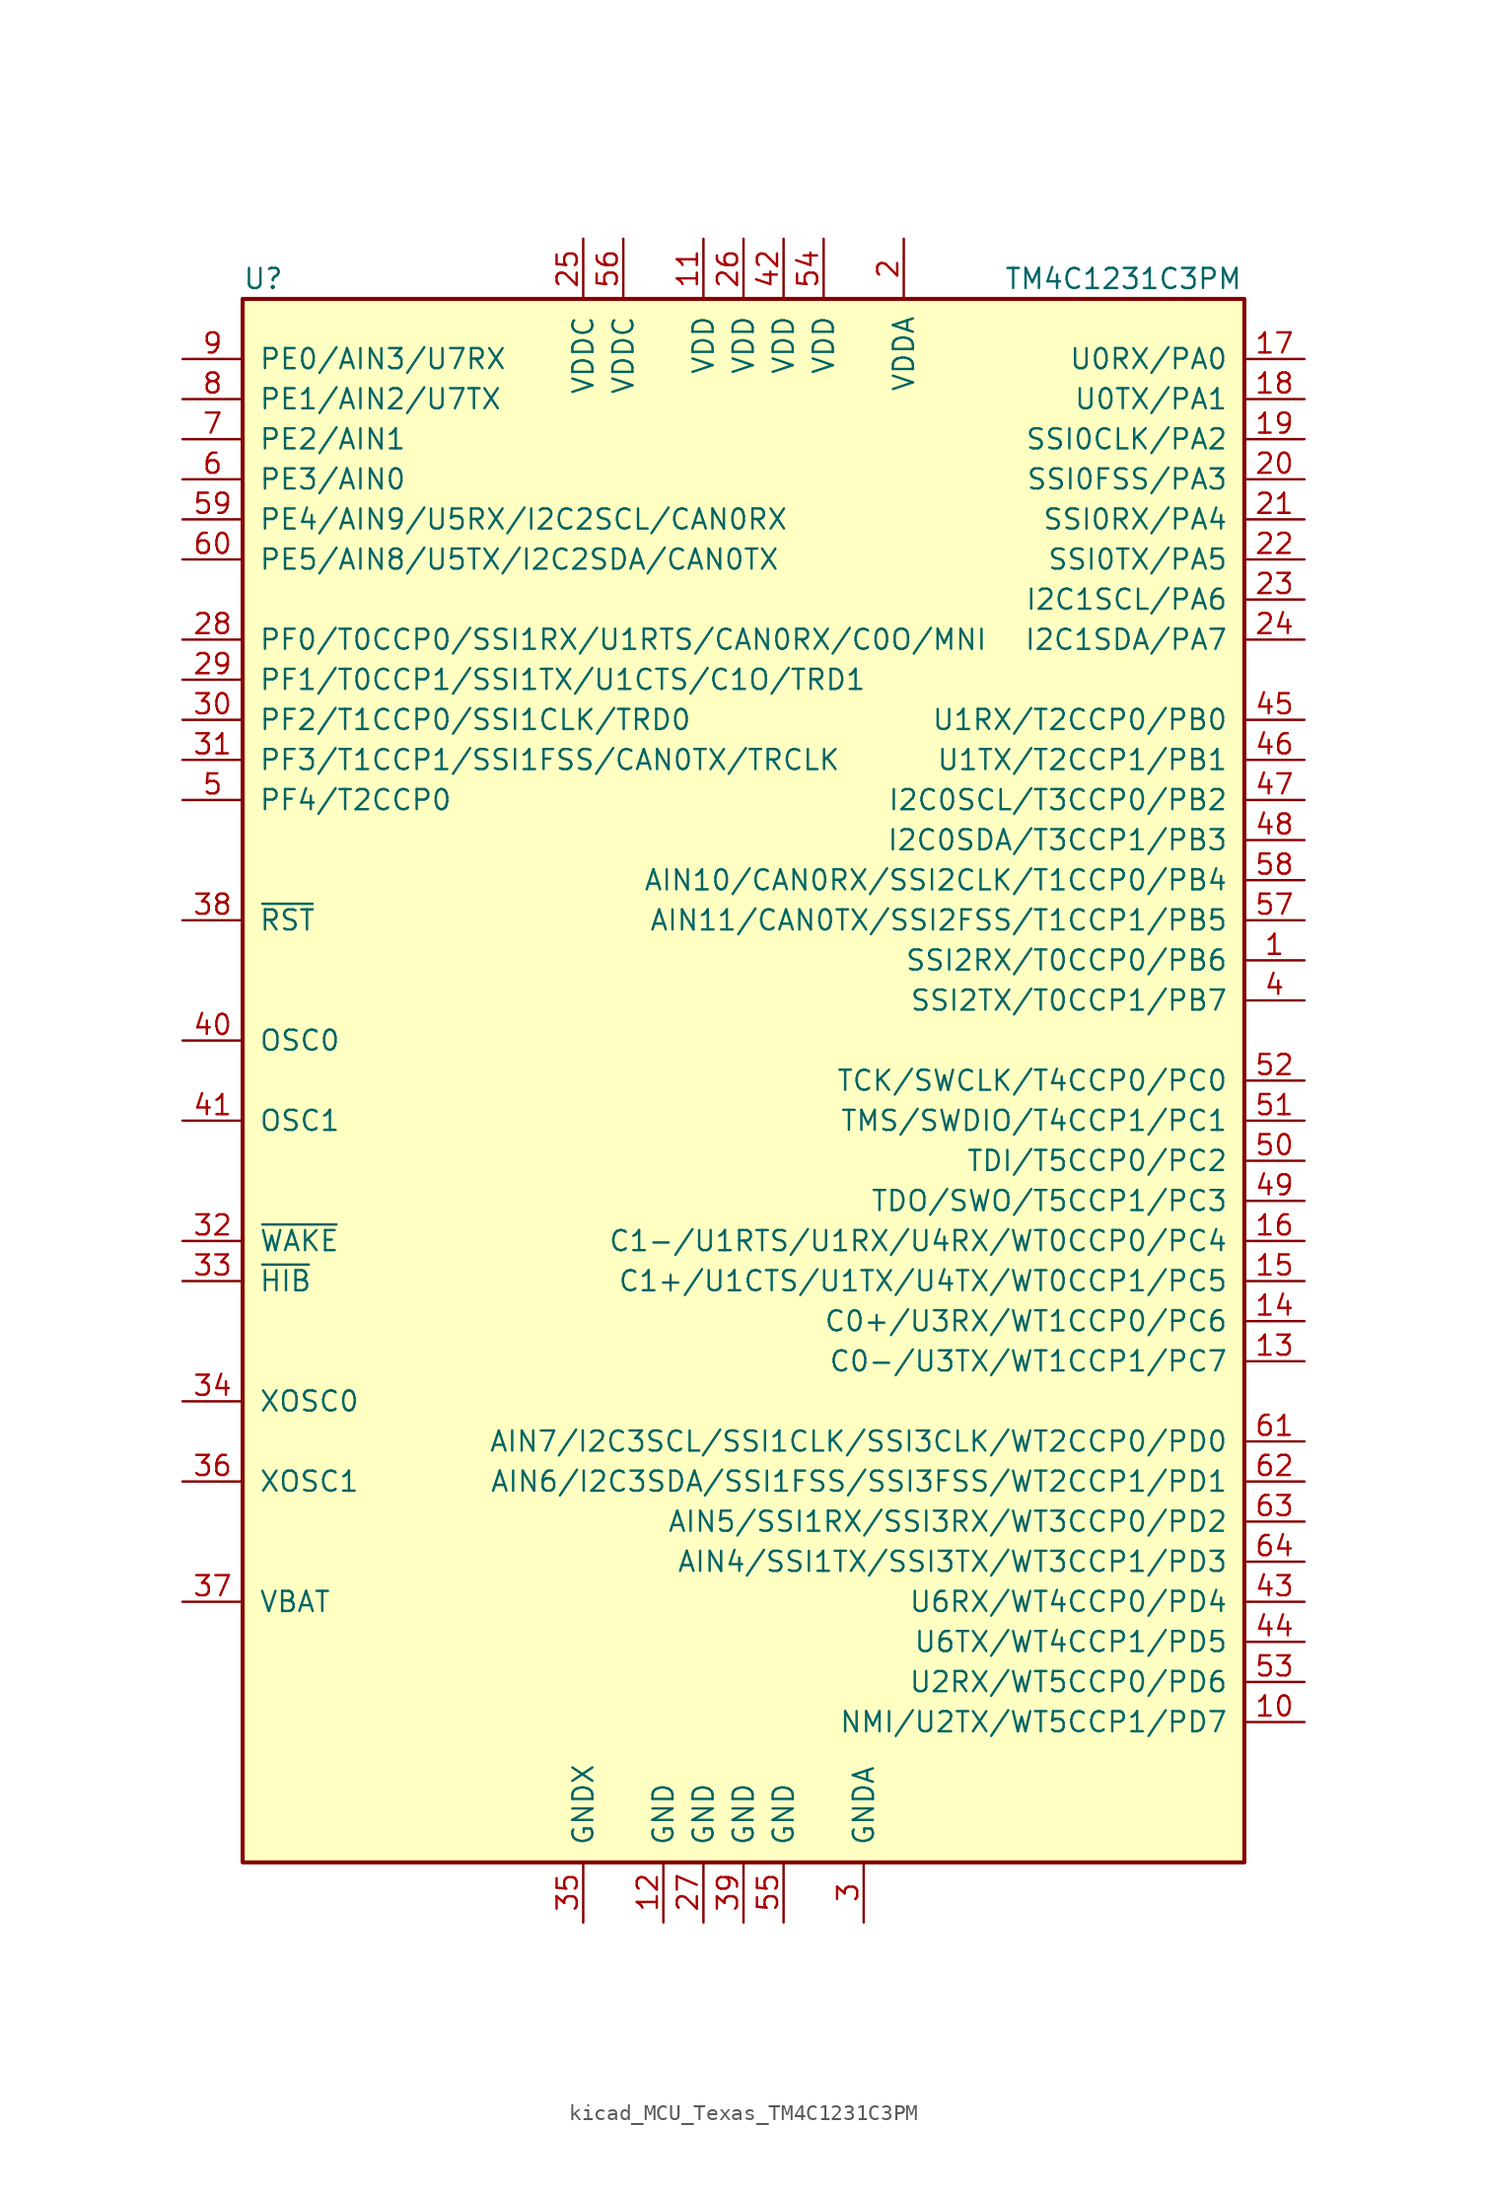
<source format=kicad_sym>
(kicad_symbol_lib
  (version 20220914)
  (generator kicad_symbol_editor)
  (symbol "kicad_MCU_Texas_TM4C1231C3PM"
    (pin_names
      (offset 1.016))
    (property "Reference" "U"
      (at -31.75 50.8 0)
      (effects (font (size 1.27 1.27)) (justify left)))
    (property "Value" "TM4C1231C3PM"
      (at 16.51 50.8 0)
      (effects (font (size 1.27 1.27)) (justify left)))
    (symbol "kicad_MCU_Texas_TM4C1231C3PM_0_1"
      (rectangle (start -31.75 49.53) (end 31.75 -49.53) (stroke (width 0.254) (type default)) (fill (type background))))
    (symbol "kicad_MCU_Texas_TM4C1231C3PM_1_1"
      (pin bidirectional line (at 35.56 7.62 180) (length 3.81) (name "SSI2RX/T0CCP0/PB6" (effects (font (size 1.27 1.27)))) (number "1" (effects (font (size 1.27 1.27)))))
      (pin bidirectional line (at 35.56 -40.64 180) (length 3.81) (name "NMI/U2TX/WT5CCP1/PD7" (effects (font (size 1.27 1.27)))) (number "10" (effects (font (size 1.27 1.27)))))
      (pin power_in line (at -2.54 53.34 270) (length 3.81) (name "VDD" (effects (font (size 1.27 1.27)))) (number "11" (effects (font (size 1.27 1.27)))))
      (pin power_in line (at -5.08 -53.34 90) (length 3.81) (name "GND" (effects (font (size 1.27 1.27)))) (number "12" (effects (font (size 1.27 1.27)))))
      (pin bidirectional line (at 35.56 -17.78 180) (length 3.81) (name "C0-/U3TX/WT1CCP1/PC7" (effects (font (size 1.27 1.27)))) (number "13" (effects (font (size 1.27 1.27)))))
      (pin bidirectional line (at 35.56 -15.24 180) (length 3.81) (name "C0+/U3RX/WT1CCP0/PC6" (effects (font (size 1.27 1.27)))) (number "14" (effects (font (size 1.27 1.27)))))
      (pin bidirectional line (at 35.56 -12.7 180) (length 3.81) (name "C1+/U1CTS/U1TX/U4TX/WT0CCP1/PC5" (effects (font (size 1.27 1.27)))) (number "15" (effects (font (size 1.27 1.27)))))
      (pin bidirectional line (at 35.56 -10.16 180) (length 3.81) (name "C1-/U1RTS/U1RX/U4RX/WT0CCP0/PC4" (effects (font (size 1.27 1.27)))) (number "16" (effects (font (size 1.27 1.27)))))
      (pin bidirectional line (at 35.56 45.72 180) (length 3.81) (name "U0RX/PA0" (effects (font (size 1.27 1.27)))) (number "17" (effects (font (size 1.27 1.27)))))
      (pin bidirectional line (at 35.56 43.18 180) (length 3.81) (name "U0TX/PA1" (effects (font (size 1.27 1.27)))) (number "18" (effects (font (size 1.27 1.27)))))
      (pin bidirectional line (at 35.56 40.64 180) (length 3.81) (name "SSI0CLK/PA2" (effects (font (size 1.27 1.27)))) (number "19" (effects (font (size 1.27 1.27)))))
      (pin power_in line (at 10.16 53.34 270) (length 3.81) (name "VDDA" (effects (font (size 1.27 1.27)))) (number "2" (effects (font (size 1.27 1.27)))))
      (pin bidirectional line (at 35.56 38.1 180) (length 3.81) (name "SSI0FSS/PA3" (effects (font (size 1.27 1.27)))) (number "20" (effects (font (size 1.27 1.27)))))
      (pin bidirectional line (at 35.56 35.56 180) (length 3.81) (name "SSI0RX/PA4" (effects (font (size 1.27 1.27)))) (number "21" (effects (font (size 1.27 1.27)))))
      (pin bidirectional line (at 35.56 33.02 180) (length 3.81) (name "SSI0TX/PA5" (effects (font (size 1.27 1.27)))) (number "22" (effects (font (size 1.27 1.27)))))
      (pin bidirectional line (at 35.56 30.48 180) (length 3.81) (name "I2C1SCL/PA6" (effects (font (size 1.27 1.27)))) (number "23" (effects (font (size 1.27 1.27)))))
      (pin bidirectional line (at 35.56 27.94 180) (length 3.81) (name "I2C1SDA/PA7" (effects (font (size 1.27 1.27)))) (number "24" (effects (font (size 1.27 1.27)))))
      (pin power_in line (at -10.16 53.34 270) (length 3.81) (name "VDDC" (effects (font (size 1.27 1.27)))) (number "25" (effects (font (size 1.27 1.27)))))
      (pin power_in line (at 0 53.34 270) (length 3.81) (name "VDD" (effects (font (size 1.27 1.27)))) (number "26" (effects (font (size 1.27 1.27)))))
      (pin power_in line (at -2.54 -53.34 90) (length 3.81) (name "GND" (effects (font (size 1.27 1.27)))) (number "27" (effects (font (size 1.27 1.27)))))
      (pin bidirectional line (at -35.56 27.94 0) (length 3.81) (name "PF0/T0CCP0/SSI1RX/U1RTS/CAN0RX/C0O/MNI" (effects (font (size 1.27 1.27)))) (number "28" (effects (font (size 1.27 1.27)))))
      (pin bidirectional line (at -35.56 25.4 0) (length 3.81) (name "PF1/T0CCP1/SSI1TX/U1CTS/C1O/TRD1" (effects (font (size 1.27 1.27)))) (number "29" (effects (font (size 1.27 1.27)))))
      (pin power_in line (at 7.62 -53.34 90) (length 3.81) (name "GNDA" (effects (font (size 1.27 1.27)))) (number "3" (effects (font (size 1.27 1.27)))))
      (pin bidirectional line (at -35.56 22.86 0) (length 3.81) (name "PF2/T1CCP0/SSI1CLK/TRD0" (effects (font (size 1.27 1.27)))) (number "30" (effects (font (size 1.27 1.27)))))
      (pin bidirectional line (at -35.56 20.32 0) (length 3.81) (name "PF3/T1CCP1/SSI1FSS/CAN0TX/TRCLK" (effects (font (size 1.27 1.27)))) (number "31" (effects (font (size 1.27 1.27)))))
      (pin input line (at -35.56 -10.16 0) (length 3.81) (name "~{WAKE}" (effects (font (size 1.27 1.27)))) (number "32" (effects (font (size 1.27 1.27)))))
      (pin open_collector line (at -35.56 -12.7 0) (length 3.81) (name "~{HIB}" (effects (font (size 1.27 1.27)))) (number "33" (effects (font (size 1.27 1.27)))))
      (pin passive line (at -35.56 -20.32 0) (length 3.81) (name "XOSC0" (effects (font (size 1.27 1.27)))) (number "34" (effects (font (size 1.27 1.27)))))
      (pin power_in line (at -10.16 -53.34 90) (length 3.81) (name "GNDX" (effects (font (size 1.27 1.27)))) (number "35" (effects (font (size 1.27 1.27)))))
      (pin passive line (at -35.56 -25.4 0) (length 3.81) (name "XOSC1" (effects (font (size 1.27 1.27)))) (number "36" (effects (font (size 1.27 1.27)))))
      (pin passive line (at -35.56 -33.02 0) (length 3.81) (name "VBAT" (effects (font (size 1.27 1.27)))) (number "37" (effects (font (size 1.27 1.27)))))
      (pin input line (at -35.56 10.16 0) (length 3.81) (name "~{RST}" (effects (font (size 1.27 1.27)))) (number "38" (effects (font (size 1.27 1.27)))))
      (pin bidirectional line (at 0 -53.34 90) (length 3.81) (name "GND" (effects (font (size 1.27 1.27)))) (number "39" (effects (font (size 1.27 1.27)))))
      (pin bidirectional line (at 35.56 5.08 180) (length 3.81) (name "SSI2TX/T0CCP1/PB7" (effects (font (size 1.27 1.27)))) (number "4" (effects (font (size 1.27 1.27)))))
      (pin passive line (at -35.56 2.54 0) (length 3.81) (name "OSC0" (effects (font (size 1.27 1.27)))) (number "40" (effects (font (size 1.27 1.27)))))
      (pin passive line (at -35.56 -2.54 0) (length 3.81) (name "OSC1" (effects (font (size 1.27 1.27)))) (number "41" (effects (font (size 1.27 1.27)))))
      (pin power_in line (at 2.54 53.34 270) (length 3.81) (name "VDD" (effects (font (size 1.27 1.27)))) (number "42" (effects (font (size 1.27 1.27)))))
      (pin bidirectional line (at 35.56 -33.02 180) (length 3.81) (name "U6RX/WT4CCP0/PD4" (effects (font (size 1.27 1.27)))) (number "43" (effects (font (size 1.27 1.27)))))
      (pin bidirectional line (at 35.56 -35.56 180) (length 3.81) (name "U6TX/WT4CCP1/PD5" (effects (font (size 1.27 1.27)))) (number "44" (effects (font (size 1.27 1.27)))))
      (pin bidirectional line (at 35.56 22.86 180) (length 3.81) (name "U1RX/T2CCP0/PB0" (effects (font (size 1.27 1.27)))) (number "45" (effects (font (size 1.27 1.27)))))
      (pin bidirectional line (at 35.56 20.32 180) (length 3.81) (name "U1TX/T2CCP1/PB1" (effects (font (size 1.27 1.27)))) (number "46" (effects (font (size 1.27 1.27)))))
      (pin bidirectional line (at 35.56 17.78 180) (length 3.81) (name "I2C0SCL/T3CCP0/PB2" (effects (font (size 1.27 1.27)))) (number "47" (effects (font (size 1.27 1.27)))))
      (pin bidirectional line (at 35.56 15.24 180) (length 3.81) (name "I2C0SDA/T3CCP1/PB3" (effects (font (size 1.27 1.27)))) (number "48" (effects (font (size 1.27 1.27)))))
      (pin bidirectional line (at 35.56 -7.62 180) (length 3.81) (name "TDO/SWO/T5CCP1/PC3" (effects (font (size 1.27 1.27)))) (number "49" (effects (font (size 1.27 1.27)))))
      (pin bidirectional line (at -35.56 17.78 0) (length 3.81) (name "PF4/T2CCP0" (effects (font (size 1.27 1.27)))) (number "5" (effects (font (size 1.27 1.27)))))
      (pin bidirectional line (at 35.56 -5.08 180) (length 3.81) (name "TDI/T5CCP0/PC2" (effects (font (size 1.27 1.27)))) (number "50" (effects (font (size 1.27 1.27)))))
      (pin bidirectional line (at 35.56 -2.54 180) (length 3.81) (name "TMS/SWDIO/T4CCP1/PC1" (effects (font (size 1.27 1.27)))) (number "51" (effects (font (size 1.27 1.27)))))
      (pin bidirectional line (at 35.56 0 180) (length 3.81) (name "TCK/SWCLK/T4CCP0/PC0" (effects (font (size 1.27 1.27)))) (number "52" (effects (font (size 1.27 1.27)))))
      (pin bidirectional line (at 35.56 -38.1 180) (length 3.81) (name "U2RX/WT5CCP0/PD6" (effects (font (size 1.27 1.27)))) (number "53" (effects (font (size 1.27 1.27)))))
      (pin power_in line (at 5.08 53.34 270) (length 3.81) (name "VDD" (effects (font (size 1.27 1.27)))) (number "54" (effects (font (size 1.27 1.27)))))
      (pin power_in line (at 2.54 -53.34 90) (length 3.81) (name "GND" (effects (font (size 1.27 1.27)))) (number "55" (effects (font (size 1.27 1.27)))))
      (pin power_in line (at -7.62 53.34 270) (length 3.81) (name "VDDC" (effects (font (size 1.27 1.27)))) (number "56" (effects (font (size 1.27 1.27)))))
      (pin bidirectional line (at 35.56 10.16 180) (length 3.81) (name "AIN11/CAN0TX/SSI2FSS/T1CCP1/PB5" (effects (font (size 1.27 1.27)))) (number "57" (effects (font (size 1.27 1.27)))))
      (pin bidirectional line (at 35.56 12.7 180) (length 3.81) (name "AIN10/CAN0RX/SSI2CLK/T1CCP0/PB4" (effects (font (size 1.27 1.27)))) (number "58" (effects (font (size 1.27 1.27)))))
      (pin bidirectional line (at -35.56 35.56 0) (length 3.81) (name "PE4/AIN9/U5RX/I2C2SCL/CAN0RX" (effects (font (size 1.27 1.27)))) (number "59" (effects (font (size 1.27 1.27)))))
      (pin bidirectional line (at -35.56 38.1 0) (length 3.81) (name "PE3/AIN0" (effects (font (size 1.27 1.27)))) (number "6" (effects (font (size 1.27 1.27)))))
      (pin bidirectional line (at -35.56 33.02 0) (length 3.81) (name "PE5/AIN8/U5TX/I2C2SDA/CAN0TX" (effects (font (size 1.27 1.27)))) (number "60" (effects (font (size 1.27 1.27)))))
      (pin bidirectional line (at 35.56 -22.86 180) (length 3.81) (name "AIN7/I2C3SCL/SSI1CLK/SSI3CLK/WT2CCP0/PD0" (effects (font (size 1.27 1.27)))) (number "61" (effects (font (size 1.27 1.27)))))
      (pin bidirectional line (at 35.56 -25.4 180) (length 3.81) (name "AIN6/I2C3SDA/SSI1FSS/SSI3FSS/WT2CCP1/PD1" (effects (font (size 1.27 1.27)))) (number "62" (effects (font (size 1.27 1.27)))))
      (pin bidirectional line (at 35.56 -27.94 180) (length 3.81) (name "AIN5/SSI1RX/SSI3RX/WT3CCP0/PD2" (effects (font (size 1.27 1.27)))) (number "63" (effects (font (size 1.27 1.27)))))
      (pin bidirectional line (at 35.56 -30.48 180) (length 3.81) (name "AIN4/SSI1TX/SSI3TX/WT3CCP1/PD3" (effects (font (size 1.27 1.27)))) (number "64" (effects (font (size 1.27 1.27)))))
      (pin bidirectional line (at -35.56 40.64 0) (length 3.81) (name "PE2/AIN1" (effects (font (size 1.27 1.27)))) (number "7" (effects (font (size 1.27 1.27)))))
      (pin bidirectional line (at -35.56 43.18 0) (length 3.81) (name "PE1/AIN2/U7TX" (effects (font (size 1.27 1.27)))) (number "8" (effects (font (size 1.27 1.27)))))
      (pin bidirectional line (at -35.56 45.72 0) (length 3.81) (name "PE0/AIN3/U7RX" (effects (font (size 1.27 1.27)))) (number "9" (effects (font (size 1.27 1.27))))))))
</source>
